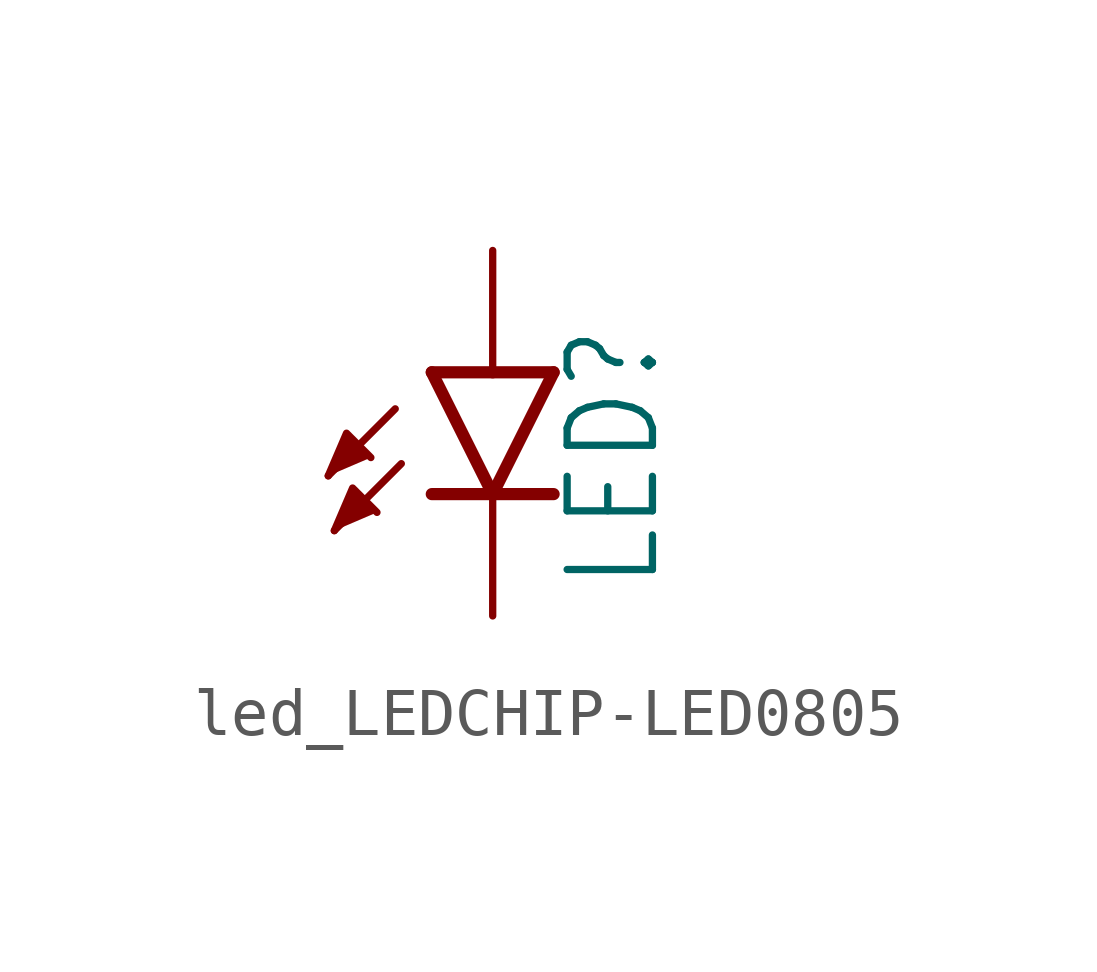
<source format=kicad_sym>
(kicad_symbol_lib
  (version 20231120)
  (generator "kicad_symbol_editor")
  (generator_version "8.0")
  (symbol "led_LEDCHIP-LED0805"
    (property "Reference" "LED"
      (at 3.556 -4.572 90)
      (effects (font (size 1.778 1.511)) (justify left bottom)))
    (property "Value" ""
      (at 5.715 -4.572 90)
      (effects (font (size 1.778 1.511)) (justify left bottom)))
    (property "ki_locked" ""
      (at 0 0 0)
      (effects (font (size 1.27 1.27))))
    (symbol "led_LEDCHIP-LED0805_1_0"
      (polyline (pts (xy -2.032 -0.762) (xy -3.429 -2.159)) (stroke (width 0.152) (type solid)) (fill (type none)))
      (polyline (pts (xy -1.905 -1.905) (xy -3.302 -3.302)) (stroke (width 0.152) (type solid)) (fill (type none)))
      (polyline (pts (xy 0 -2.54) (xy -1.27 -2.54)) (stroke (width 0.254) (type solid)) (fill (type none)))
      (polyline (pts (xy 0 -2.54) (xy -1.27 0)) (stroke (width 0.254) (type solid)) (fill (type none)))
      (polyline (pts (xy 0 0) (xy -1.27 0)) (stroke (width 0.254) (type solid)) (fill (type none)))
      (polyline (pts (xy 1.27 -2.54) (xy 0 -2.54)) (stroke (width 0.254) (type solid)) (fill (type none)))
      (polyline (pts (xy 1.27 0) (xy 0 -2.54)) (stroke (width 0.254) (type solid)) (fill (type none)))
      (polyline (pts (xy 1.27 0) (xy 0 0)) (stroke (width 0.254) (type solid)) (fill (type none)))
      (polyline (pts (xy -3.429 -2.159) (xy -3.048 -1.27) (xy -2.54 -1.778)) (stroke (width 0.152) (type solid)) (fill (type outline)))
      (polyline (pts (xy -3.302 -3.302) (xy -2.921 -2.413) (xy -2.413 -2.921)) (stroke (width 0.152) (type solid)) (fill (type outline)))
      (pin passive line (at 0 2.54 270) (length 2.54) (name "A" (effects (font (size 0 0)))) (number "A" (effects (font (size 0 0)))))
      (pin passive line (at 0 -5.08 90) (length 2.54) (name "C" (effects (font (size 0 0)))) (number "C" (effects (font (size 0 0))))))))
</source>
